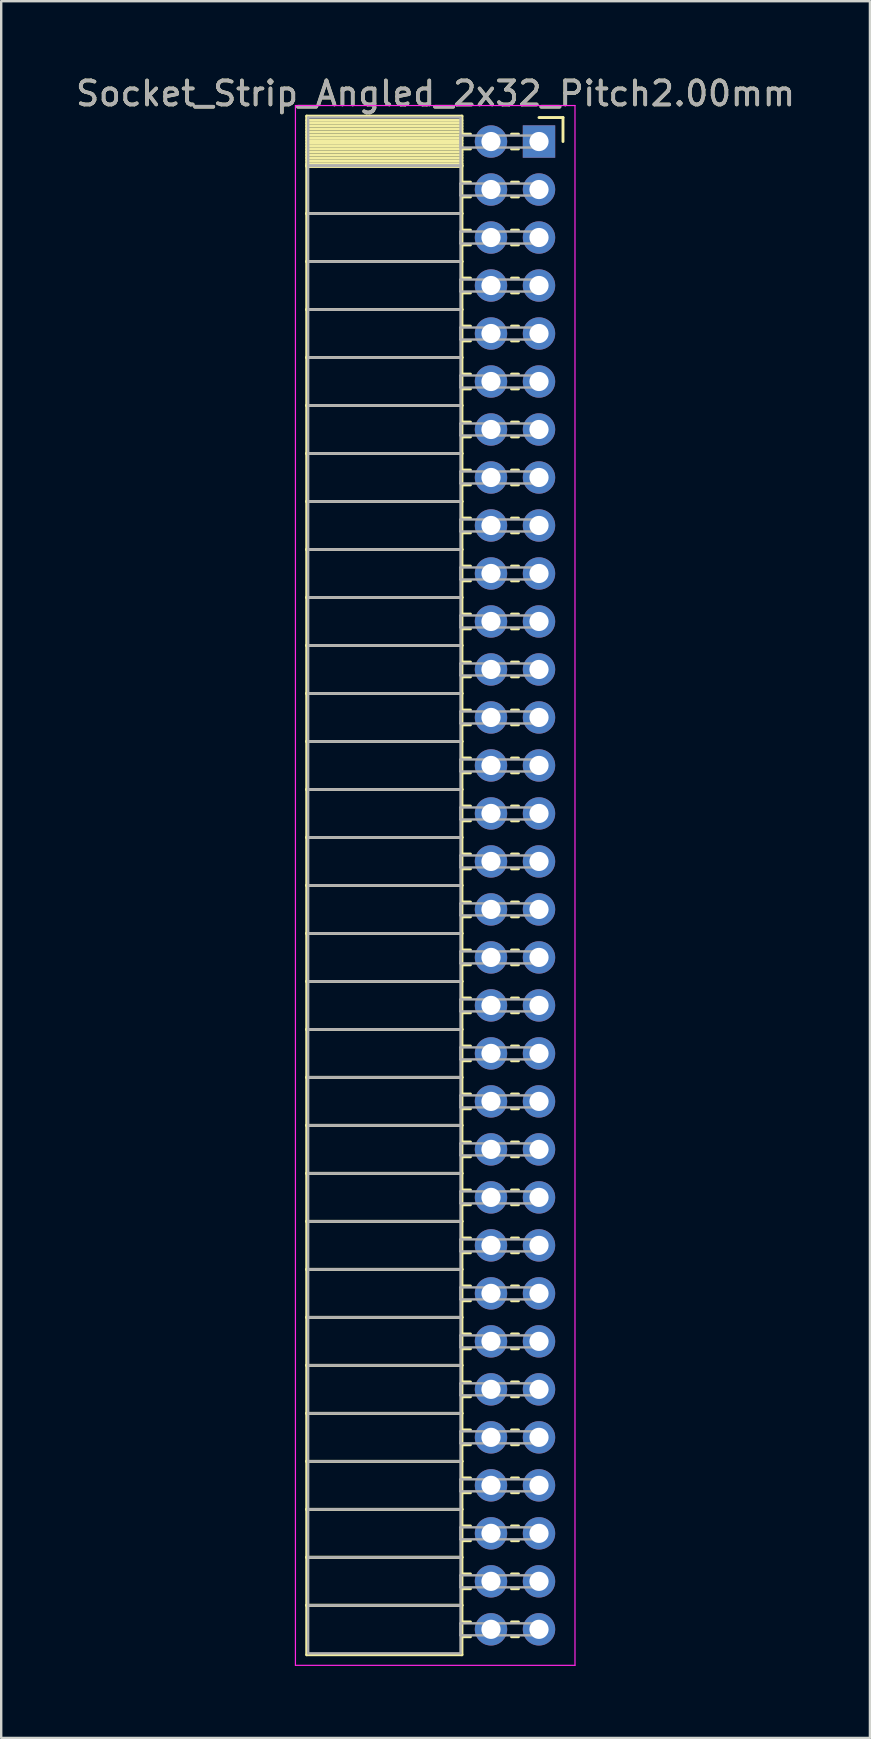
<source format=kicad_pcb>
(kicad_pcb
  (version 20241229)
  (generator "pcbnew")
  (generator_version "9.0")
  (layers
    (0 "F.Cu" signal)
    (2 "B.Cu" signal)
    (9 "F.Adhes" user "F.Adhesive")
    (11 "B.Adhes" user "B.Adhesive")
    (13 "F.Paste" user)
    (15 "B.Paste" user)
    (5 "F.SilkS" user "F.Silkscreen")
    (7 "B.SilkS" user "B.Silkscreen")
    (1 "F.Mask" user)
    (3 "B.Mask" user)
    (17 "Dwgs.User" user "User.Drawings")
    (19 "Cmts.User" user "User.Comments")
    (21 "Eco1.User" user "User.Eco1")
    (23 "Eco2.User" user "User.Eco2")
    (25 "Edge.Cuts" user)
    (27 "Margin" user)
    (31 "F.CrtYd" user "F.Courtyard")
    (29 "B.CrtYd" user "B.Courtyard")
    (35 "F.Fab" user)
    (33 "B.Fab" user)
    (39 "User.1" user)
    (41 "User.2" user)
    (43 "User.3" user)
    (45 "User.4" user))
  (footprint "Socket_Strip_Angled_2x32_Pitch2.00mm"
    (layer "F.Cu")
    (at 19.411 2.848)
    (property "Reference" "Socket_Strip_Angled_2x32_Pitch2.00mm" (at -4.31 -2 0) (layer "F.SilkS") (effects (font (size 1 1) (thickness 0.15))))
    (attr through_hole)
    (fp_line (start -9.68 -1.06) (end -3.21 -1.06) (stroke (width 0.12) (type solid)) (layer "F.SilkS"))
    (fp_line (start -9.68 1) (end -9.68 -1.06) (stroke (width 0.12) (type solid)) (layer "F.SilkS"))
    (fp_line (start -9.68 1) (end -3.21 1) (stroke (width 0.12) (type solid)) (layer "F.SilkS"))
    (fp_line (start -9.68 3) (end -9.68 1) (stroke (width 0.12) (type solid)) (layer "F.SilkS"))
    (fp_line (start -9.68 3) (end -3.21 3) (stroke (width 0.12) (type solid)) (layer "F.SilkS"))
    (fp_line (start -9.68 5) (end -9.68 3) (stroke (width 0.12) (type solid)) (layer "F.SilkS"))
    (fp_line (start -9.68 5) (end -3.21 5) (stroke (width 0.12) (type solid)) (layer "F.SilkS"))
    (fp_line (start -9.68 7) (end -9.68 5) (stroke (width 0.12) (type solid)) (layer "F.SilkS"))
    (fp_line (start -9.68 7) (end -3.21 7) (stroke (width 0.12) (type solid)) (layer "F.SilkS"))
    (fp_line (start -9.68 9) (end -9.68 7) (stroke (width 0.12) (type solid)) (layer "F.SilkS"))
    (fp_line (start -9.68 9) (end -3.21 9) (stroke (width 0.12) (type solid)) (layer "F.SilkS"))
    (fp_line (start -9.68 11) (end -9.68 9) (stroke (width 0.12) (type solid)) (layer "F.SilkS"))
    (fp_line (start -9.68 11) (end -3.21 11) (stroke (width 0.12) (type solid)) (layer "F.SilkS"))
    (fp_line (start -9.68 13) (end -9.68 11) (stroke (width 0.12) (type solid)) (layer "F.SilkS"))
    (fp_line (start -9.68 13) (end -3.21 13) (stroke (width 0.12) (type solid)) (layer "F.SilkS"))
    (fp_line (start -9.68 15) (end -9.68 13) (stroke (width 0.12) (type solid)) (layer "F.SilkS"))
    (fp_line (start -9.68 15) (end -3.21 15) (stroke (width 0.12) (type solid)) (layer "F.SilkS"))
    (fp_line (start -9.68 17) (end -9.68 15) (stroke (width 0.12) (type solid)) (layer "F.SilkS"))
    (fp_line (start -9.68 17) (end -3.21 17) (stroke (width 0.12) (type solid)) (layer "F.SilkS"))
    (fp_line (start -9.68 19) (end -9.68 17) (stroke (width 0.12) (type solid)) (layer "F.SilkS"))
    (fp_line (start -9.68 19) (end -3.21 19) (stroke (width 0.12) (type solid)) (layer "F.SilkS"))
    (fp_line (start -9.68 21) (end -9.68 19) (stroke (width 0.12) (type solid)) (layer "F.SilkS"))
    (fp_line (start -9.68 21) (end -3.21 21) (stroke (width 0.12) (type solid)) (layer "F.SilkS"))
    (fp_line (start -9.68 23) (end -9.68 21) (stroke (width 0.12) (type solid)) (layer "F.SilkS"))
    (fp_line (start -9.68 23) (end -3.21 23) (stroke (width 0.12) (type solid)) (layer "F.SilkS"))
    (fp_line (start -9.68 25) (end -9.68 23) (stroke (width 0.12) (type solid)) (layer "F.SilkS"))
    (fp_line (start -9.68 25) (end -3.21 25) (stroke (width 0.12) (type solid)) (layer "F.SilkS"))
    (fp_line (start -9.68 27) (end -9.68 25) (stroke (width 0.12) (type solid)) (layer "F.SilkS"))
    (fp_line (start -9.68 27) (end -3.21 27) (stroke (width 0.12) (type solid)) (layer "F.SilkS"))
    (fp_line (start -9.68 29) (end -9.68 27) (stroke (width 0.12) (type solid)) (layer "F.SilkS"))
    (fp_line (start -9.68 29) (end -3.21 29) (stroke (width 0.12) (type solid)) (layer "F.SilkS"))
    (fp_line (start -9.68 31) (end -9.68 29) (stroke (width 0.12) (type solid)) (layer "F.SilkS"))
    (fp_line (start -9.68 31) (end -3.21 31) (stroke (width 0.12) (type solid)) (layer "F.SilkS"))
    (fp_line (start -9.68 33) (end -9.68 31) (stroke (width 0.12) (type solid)) (layer "F.SilkS"))
    (fp_line (start -9.68 33) (end -3.21 33) (stroke (width 0.12) (type solid)) (layer "F.SilkS"))
    (fp_line (start -9.68 35) (end -9.68 33) (stroke (width 0.12) (type solid)) (layer "F.SilkS"))
    (fp_line (start -9.68 35) (end -3.21 35) (stroke (width 0.12) (type solid)) (layer "F.SilkS"))
    (fp_line (start -9.68 37) (end -9.68 35) (stroke (width 0.12) (type solid)) (layer "F.SilkS"))
    (fp_line (start -9.68 37) (end -3.21 37) (stroke (width 0.12) (type solid)) (layer "F.SilkS"))
    (fp_line (start -9.68 39) (end -9.68 37) (stroke (width 0.12) (type solid)) (layer "F.SilkS"))
    (fp_line (start -9.68 39) (end -3.21 39) (stroke (width 0.12) (type solid)) (layer "F.SilkS"))
    (fp_line (start -9.68 41) (end -9.68 39) (stroke (width 0.12) (type solid)) (layer "F.SilkS"))
    (fp_line (start -9.68 41) (end -3.21 41) (stroke (width 0.12) (type solid)) (layer "F.SilkS"))
    (fp_line (start -9.68 43) (end -9.68 41) (stroke (width 0.12) (type solid)) (layer "F.SilkS"))
    (fp_line (start -9.68 43) (end -3.21 43) (stroke (width 0.12) (type solid)) (layer "F.SilkS"))
    (fp_line (start -9.68 45) (end -9.68 43) (stroke (width 0.12) (type solid)) (layer "F.SilkS"))
    (fp_line (start -9.68 45) (end -3.21 45) (stroke (width 0.12) (type solid)) (layer "F.SilkS"))
    (fp_line (start -9.68 47) (end -9.68 45) (stroke (width 0.12) (type solid)) (layer "F.SilkS"))
    (fp_line (start -9.68 47) (end -3.21 47) (stroke (width 0.12) (type solid)) (layer "F.SilkS"))
    (fp_line (start -9.68 49) (end -9.68 47) (stroke (width 0.12) (type solid)) (layer "F.SilkS"))
    (fp_line (start -9.68 49) (end -3.21 49) (stroke (width 0.12) (type solid)) (layer "F.SilkS"))
    (fp_line (start -9.68 51) (end -9.68 49) (stroke (width 0.12) (type solid)) (layer "F.SilkS"))
    (fp_line (start -9.68 51) (end -3.21 51) (stroke (width 0.12) (type solid)) (layer "F.SilkS"))
    (fp_line (start -9.68 53) (end -9.68 51) (stroke (width 0.12) (type solid)) (layer "F.SilkS"))
    (fp_line (start -9.68 53) (end -3.21 53) (stroke (width 0.12) (type solid)) (layer "F.SilkS"))
    (fp_line (start -9.68 55) (end -9.68 53) (stroke (width 0.12) (type solid)) (layer "F.SilkS"))
    (fp_line (start -9.68 55) (end -3.21 55) (stroke (width 0.12) (type solid)) (layer "F.SilkS"))
    (fp_line (start -9.68 57) (end -9.68 55) (stroke (width 0.12) (type solid)) (layer "F.SilkS"))
    (fp_line (start -9.68 57) (end -3.21 57) (stroke (width 0.12) (type solid)) (layer "F.SilkS"))
    (fp_line (start -9.68 59) (end -9.68 57) (stroke (width 0.12) (type solid)) (layer "F.SilkS"))
    (fp_line (start -9.68 59) (end -3.21 59) (stroke (width 0.12) (type solid)) (layer "F.SilkS"))
    (fp_line (start -9.68 61) (end -9.68 59) (stroke (width 0.12) (type solid)) (layer "F.SilkS"))
    (fp_line (start -9.68 61) (end -3.21 61) (stroke (width 0.12) (type solid)) (layer "F.SilkS"))
    (fp_line (start -9.68 63.06) (end -9.68 61) (stroke (width 0.12) (type solid)) (layer "F.SilkS"))
    (fp_line (start -3.21 -1.06) (end -3.21 1) (stroke (width 0.12) (type solid)) (layer "F.SilkS"))
    (fp_line (start -3.21 -0.88) (end -9.68 -0.88) (stroke (width 0.12) (type solid)) (layer "F.SilkS"))
    (fp_line (start -3.21 -0.76) (end -9.68 -0.76) (stroke (width 0.12) (type solid)) (layer "F.SilkS"))
    (fp_line (start -3.21 -0.64) (end -9.68 -0.64) (stroke (width 0.12) (type solid)) (layer "F.SilkS"))
    (fp_line (start -3.21 -0.52) (end -9.68 -0.52) (stroke (width 0.12) (type solid)) (layer "F.SilkS"))
    (fp_line (start -3.21 -0.4) (end -9.68 -0.4) (stroke (width 0.12) (type solid)) (layer "F.SilkS"))
    (fp_line (start -3.21 -0.28) (end -9.68 -0.28) (stroke (width 0.12) (type solid)) (layer "F.SilkS"))
    (fp_line (start -3.21 -0.16) (end -9.68 -0.16) (stroke (width 0.12) (type solid)) (layer "F.SilkS"))
    (fp_line (start -3.21 -0.04) (end -9.68 -0.04) (stroke (width 0.12) (type solid)) (layer "F.SilkS"))
    (fp_line (start -3.21 0.08) (end -9.68 0.08) (stroke (width 0.12) (type solid)) (layer "F.SilkS"))
    (fp_line (start -3.21 0.2) (end -9.68 0.2) (stroke (width 0.12) (type solid)) (layer "F.SilkS"))
    (fp_line (start -3.21 0.32) (end -9.68 0.32) (stroke (width 0.12) (type solid)) (layer "F.SilkS"))
    (fp_line (start -3.21 0.44) (end -9.68 0.44) (stroke (width 0.12) (type solid)) (layer "F.SilkS"))
    (fp_line (start -3.21 0.56) (end -9.68 0.56) (stroke (width 0.12) (type solid)) (layer "F.SilkS"))
    (fp_line (start -3.21 0.68) (end -9.68 0.68) (stroke (width 0.12) (type solid)) (layer "F.SilkS"))
    (fp_line (start -3.21 0.8) (end -9.68 0.8) (stroke (width 0.12) (type solid)) (layer "F.SilkS"))
    (fp_line (start -3.21 0.92) (end -9.68 0.92) (stroke (width 0.12) (type solid)) (layer "F.SilkS"))
    (fp_line (start -3.21 1) (end -9.68 1) (stroke (width 0.12) (type solid)) (layer "F.SilkS"))
    (fp_line (start -3.21 1) (end -3.21 3) (stroke (width 0.12) (type solid)) (layer "F.SilkS"))
    (fp_line (start -3.21 1.04) (end -9.68 1.04) (stroke (width 0.12) (type solid)) (layer "F.SilkS"))
    (fp_line (start -3.21 3) (end -9.68 3) (stroke (width 0.12) (type solid)) (layer "F.SilkS"))
    (fp_line (start -3.21 3) (end -3.21 5) (stroke (width 0.12) (type solid)) (layer "F.SilkS"))
    (fp_line (start -3.21 5) (end -9.68 5) (stroke (width 0.12) (type solid)) (layer "F.SilkS"))
    (fp_line (start -3.21 5) (end -3.21 7) (stroke (width 0.12) (type solid)) (layer "F.SilkS"))
    (fp_line (start -3.21 7) (end -9.68 7) (stroke (width 0.12) (type solid)) (layer "F.SilkS"))
    (fp_line (start -3.21 7) (end -3.21 9) (stroke (width 0.12) (type solid)) (layer "F.SilkS"))
    (fp_line (start -3.21 9) (end -9.68 9) (stroke (width 0.12) (type solid)) (layer "F.SilkS"))
    (fp_line (start -3.21 9) (end -3.21 11) (stroke (width 0.12) (type solid)) (layer "F.SilkS"))
    (fp_line (start -3.21 11) (end -9.68 11) (stroke (width 0.12) (type solid)) (layer "F.SilkS"))
    (fp_line (start -3.21 11) (end -3.21 13) (stroke (width 0.12) (type solid)) (layer "F.SilkS"))
    (fp_line (start -3.21 13) (end -9.68 13) (stroke (width 0.12) (type solid)) (layer "F.SilkS"))
    (fp_line (start -3.21 13) (end -3.21 15) (stroke (width 0.12) (type solid)) (layer "F.SilkS"))
    (fp_line (start -3.21 15) (end -9.68 15) (stroke (width 0.12) (type solid)) (layer "F.SilkS"))
    (fp_line (start -3.21 15) (end -3.21 17) (stroke (width 0.12) (type solid)) (layer "F.SilkS"))
    (fp_line (start -3.21 17) (end -9.68 17) (stroke (width 0.12) (type solid)) (layer "F.SilkS"))
    (fp_line (start -3.21 17) (end -3.21 19) (stroke (width 0.12) (type solid)) (layer "F.SilkS"))
    (fp_line (start -3.21 19) (end -9.68 19) (stroke (width 0.12) (type solid)) (layer "F.SilkS"))
    (fp_line (start -3.21 19) (end -3.21 21) (stroke (width 0.12) (type solid)) (layer "F.SilkS"))
    (fp_line (start -3.21 21) (end -9.68 21) (stroke (width 0.12) (type solid)) (layer "F.SilkS"))
    (fp_line (start -3.21 21) (end -3.21 23) (stroke (width 0.12) (type solid)) (layer "F.SilkS"))
    (fp_line (start -3.21 23) (end -9.68 23) (stroke (width 0.12) (type solid)) (layer "F.SilkS"))
    (fp_line (start -3.21 23) (end -3.21 25) (stroke (width 0.12) (type solid)) (layer "F.SilkS"))
    (fp_line (start -3.21 25) (end -9.68 25) (stroke (width 0.12) (type solid)) (layer "F.SilkS"))
    (fp_line (start -3.21 25) (end -3.21 27) (stroke (width 0.12) (type solid)) (layer "F.SilkS"))
    (fp_line (start -3.21 27) (end -9.68 27) (stroke (width 0.12) (type solid)) (layer "F.SilkS"))
    (fp_line (start -3.21 27) (end -3.21 29) (stroke (width 0.12) (type solid)) (layer "F.SilkS"))
    (fp_line (start -3.21 29) (end -9.68 29) (stroke (width 0.12) (type solid)) (layer "F.SilkS"))
    (fp_line (start -3.21 29) (end -3.21 31) (stroke (width 0.12) (type solid)) (layer "F.SilkS"))
    (fp_line (start -3.21 31) (end -9.68 31) (stroke (width 0.12) (type solid)) (layer "F.SilkS"))
    (fp_line (start -3.21 31) (end -3.21 33) (stroke (width 0.12) (type solid)) (layer "F.SilkS"))
    (fp_line (start -3.21 33) (end -9.68 33) (stroke (width 0.12) (type solid)) (layer "F.SilkS"))
    (fp_line (start -3.21 33) (end -3.21 35) (stroke (width 0.12) (type solid)) (layer "F.SilkS"))
    (fp_line (start -3.21 35) (end -9.68 35) (stroke (width 0.12) (type solid)) (layer "F.SilkS"))
    (fp_line (start -3.21 35) (end -3.21 37) (stroke (width 0.12) (type solid)) (layer "F.SilkS"))
    (fp_line (start -3.21 37) (end -9.68 37) (stroke (width 0.12) (type solid)) (layer "F.SilkS"))
    (fp_line (start -3.21 37) (end -3.21 39) (stroke (width 0.12) (type solid)) (layer "F.SilkS"))
    (fp_line (start -3.21 39) (end -9.68 39) (stroke (width 0.12) (type solid)) (layer "F.SilkS"))
    (fp_line (start -3.21 39) (end -3.21 41) (stroke (width 0.12) (type solid)) (layer "F.SilkS"))
    (fp_line (start -3.21 41) (end -9.68 41) (stroke (width 0.12) (type solid)) (layer "F.SilkS"))
    (fp_line (start -3.21 41) (end -3.21 43) (stroke (width 0.12) (type solid)) (layer "F.SilkS"))
    (fp_line (start -3.21 43) (end -9.68 43) (stroke (width 0.12) (type solid)) (layer "F.SilkS"))
    (fp_line (start -3.21 43) (end -3.21 45) (stroke (width 0.12) (type solid)) (layer "F.SilkS"))
    (fp_line (start -3.21 45) (end -9.68 45) (stroke (width 0.12) (type solid)) (layer "F.SilkS"))
    (fp_line (start -3.21 45) (end -3.21 47) (stroke (width 0.12) (type solid)) (layer "F.SilkS"))
    (fp_line (start -3.21 47) (end -9.68 47) (stroke (width 0.12) (type solid)) (layer "F.SilkS"))
    (fp_line (start -3.21 47) (end -3.21 49) (stroke (width 0.12) (type solid)) (layer "F.SilkS"))
    (fp_line (start -3.21 49) (end -9.68 49) (stroke (width 0.12) (type solid)) (layer "F.SilkS"))
    (fp_line (start -3.21 49) (end -3.21 51) (stroke (width 0.12) (type solid)) (layer "F.SilkS"))
    (fp_line (start -3.21 51) (end -9.68 51) (stroke (width 0.12) (type solid)) (layer "F.SilkS"))
    (fp_line (start -3.21 51) (end -3.21 53) (stroke (width 0.12) (type solid)) (layer "F.SilkS"))
    (fp_line (start -3.21 53) (end -9.68 53) (stroke (width 0.12) (type solid)) (layer "F.SilkS"))
    (fp_line (start -3.21 53) (end -3.21 55) (stroke (width 0.12) (type solid)) (layer "F.SilkS"))
    (fp_line (start -3.21 55) (end -9.68 55) (stroke (width 0.12) (type solid)) (layer "F.SilkS"))
    (fp_line (start -3.21 55) (end -3.21 57) (stroke (width 0.12) (type solid)) (layer "F.SilkS"))
    (fp_line (start -3.21 57) (end -9.68 57) (stroke (width 0.12) (type solid)) (layer "F.SilkS"))
    (fp_line (start -3.21 57) (end -3.21 59) (stroke (width 0.12) (type solid)) (layer "F.SilkS"))
    (fp_line (start -3.21 59) (end -9.68 59) (stroke (width 0.12) (type solid)) (layer "F.SilkS"))
    (fp_line (start -3.21 59) (end -3.21 61) (stroke (width 0.12) (type solid)) (layer "F.SilkS"))
    (fp_line (start -3.21 61) (end -9.68 61) (stroke (width 0.12) (type solid)) (layer "F.SilkS"))
    (fp_line (start -3.21 61) (end -3.21 63.06) (stroke (width 0.12) (type solid)) (layer "F.SilkS"))
    (fp_line (start -3.21 63.06) (end -9.68 63.06) (stroke (width 0.12) (type solid)) (layer "F.SilkS"))
    (fp_line (start -2.855 -0.31) (end -3.21 -0.31) (stroke (width 0.12) (type solid)) (layer "F.SilkS"))
    (fp_line (start -2.855 0.31) (end -3.21 0.31) (stroke (width 0.12) (type solid)) (layer "F.SilkS"))
    (fp_line (start -2.855 1.69) (end -3.21 1.69) (stroke (width 0.12) (type solid)) (layer "F.SilkS"))
    (fp_line (start -2.855 2.31) (end -3.21 2.31) (stroke (width 0.12) (type solid)) (layer "F.SilkS"))
    (fp_line (start -2.855 3.69) (end -3.21 3.69) (stroke (width 0.12) (type solid)) (layer "F.SilkS"))
    (fp_line (start -2.855 4.31) (end -3.21 4.31) (stroke (width 0.12) (type solid)) (layer "F.SilkS"))
    (fp_line (start -2.855 5.69) (end -3.21 5.69) (stroke (width 0.12) (type solid)) (layer "F.SilkS"))
    (fp_line (start -2.855 6.31) (end -3.21 6.31) (stroke (width 0.12) (type solid)) (layer "F.SilkS"))
    (fp_line (start -2.855 7.69) (end -3.21 7.69) (stroke (width 0.12) (type solid)) (layer "F.SilkS"))
    (fp_line (start -2.855 8.31) (end -3.21 8.31) (stroke (width 0.12) (type solid)) (layer "F.SilkS"))
    (fp_line (start -2.855 9.69) (end -3.21 9.69) (stroke (width 0.12) (type solid)) (layer "F.SilkS"))
    (fp_line (start -2.855 10.31) (end -3.21 10.31) (stroke (width 0.12) (type solid)) (layer "F.SilkS"))
    (fp_line (start -2.855 11.69) (end -3.21 11.69) (stroke (width 0.12) (type solid)) (layer "F.SilkS"))
    (fp_line (start -2.855 12.31) (end -3.21 12.31) (stroke (width 0.12) (type solid)) (layer "F.SilkS"))
    (fp_line (start -2.855 13.69) (end -3.21 13.69) (stroke (width 0.12) (type solid)) (layer "F.SilkS"))
    (fp_line (start -2.855 14.31) (end -3.21 14.31) (stroke (width 0.12) (type solid)) (layer "F.SilkS"))
    (fp_line (start -2.855 15.69) (end -3.21 15.69) (stroke (width 0.12) (type solid)) (layer "F.SilkS"))
    (fp_line (start -2.855 16.31) (end -3.21 16.31) (stroke (width 0.12) (type solid)) (layer "F.SilkS"))
    (fp_line (start -2.855 17.69) (end -3.21 17.69) (stroke (width 0.12) (type solid)) (layer "F.SilkS"))
    (fp_line (start -2.855 18.31) (end -3.21 18.31) (stroke (width 0.12) (type solid)) (layer "F.SilkS"))
    (fp_line (start -2.855 19.69) (end -3.21 19.69) (stroke (width 0.12) (type solid)) (layer "F.SilkS"))
    (fp_line (start -2.855 20.31) (end -3.21 20.31) (stroke (width 0.12) (type solid)) (layer "F.SilkS"))
    (fp_line (start -2.855 21.69) (end -3.21 21.69) (stroke (width 0.12) (type solid)) (layer "F.SilkS"))
    (fp_line (start -2.855 22.31) (end -3.21 22.31) (stroke (width 0.12) (type solid)) (layer "F.SilkS"))
    (fp_line (start -2.855 23.69) (end -3.21 23.69) (stroke (width 0.12) (type solid)) (layer "F.SilkS"))
    (fp_line (start -2.855 24.31) (end -3.21 24.31) (stroke (width 0.12) (type solid)) (layer "F.SilkS"))
    (fp_line (start -2.855 25.69) (end -3.21 25.69) (stroke (width 0.12) (type solid)) (layer "F.SilkS"))
    (fp_line (start -2.855 26.31) (end -3.21 26.31) (stroke (width 0.12) (type solid)) (layer "F.SilkS"))
    (fp_line (start -2.855 27.69) (end -3.21 27.69) (stroke (width 0.12) (type solid)) (layer "F.SilkS"))
    (fp_line (start -2.855 28.31) (end -3.21 28.31) (stroke (width 0.12) (type solid)) (layer "F.SilkS"))
    (fp_line (start -2.855 29.69) (end -3.21 29.69) (stroke (width 0.12) (type solid)) (layer "F.SilkS"))
    (fp_line (start -2.855 30.31) (end -3.21 30.31) (stroke (width 0.12) (type solid)) (layer "F.SilkS"))
    (fp_line (start -2.855 31.69) (end -3.21 31.69) (stroke (width 0.12) (type solid)) (layer "F.SilkS"))
    (fp_line (start -2.855 32.31) (end -3.21 32.31) (stroke (width 0.12) (type solid)) (layer "F.SilkS"))
    (fp_line (start -2.855 33.69) (end -3.21 33.69) (stroke (width 0.12) (type solid)) (layer "F.SilkS"))
    (fp_line (start -2.855 34.31) (end -3.21 34.31) (stroke (width 0.12) (type solid)) (layer "F.SilkS"))
    (fp_line (start -2.855 35.69) (end -3.21 35.69) (stroke (width 0.12) (type solid)) (layer "F.SilkS"))
    (fp_line (start -2.855 36.31) (end -3.21 36.31) (stroke (width 0.12) (type solid)) (layer "F.SilkS"))
    (fp_line (start -2.855 37.69) (end -3.21 37.69) (stroke (width 0.12) (type solid)) (layer "F.SilkS"))
    (fp_line (start -2.855 38.31) (end -3.21 38.31) (stroke (width 0.12) (type solid)) (layer "F.SilkS"))
    (fp_line (start -2.855 39.69) (end -3.21 39.69) (stroke (width 0.12) (type solid)) (layer "F.SilkS"))
    (fp_line (start -2.855 40.31) (end -3.21 40.31) (stroke (width 0.12) (type solid)) (layer "F.SilkS"))
    (fp_line (start -2.855 41.69) (end -3.21 41.69) (stroke (width 0.12) (type solid)) (layer "F.SilkS"))
    (fp_line (start -2.855 42.31) (end -3.21 42.31) (stroke (width 0.12) (type solid)) (layer "F.SilkS"))
    (fp_line (start -2.855 43.69) (end -3.21 43.69) (stroke (width 0.12) (type solid)) (layer "F.SilkS"))
    (fp_line (start -2.855 44.31) (end -3.21 44.31) (stroke (width 0.12) (type solid)) (layer "F.SilkS"))
    (fp_line (start -2.855 45.69) (end -3.21 45.69) (stroke (width 0.12) (type solid)) (layer "F.SilkS"))
    (fp_line (start -2.855 46.31) (end -3.21 46.31) (stroke (width 0.12) (type solid)) (layer "F.SilkS"))
    (fp_line (start -2.855 47.69) (end -3.21 47.69) (stroke (width 0.12) (type solid)) (layer "F.SilkS"))
    (fp_line (start -2.855 48.31) (end -3.21 48.31) (stroke (width 0.12) (type solid)) (layer "F.SilkS"))
    (fp_line (start -2.855 49.69) (end -3.21 49.69) (stroke (width 0.12) (type solid)) (layer "F.SilkS"))
    (fp_line (start -2.855 50.31) (end -3.21 50.31) (stroke (width 0.12) (type solid)) (layer "F.SilkS"))
    (fp_line (start -2.855 51.69) (end -3.21 51.69) (stroke (width 0.12) (type solid)) (layer "F.SilkS"))
    (fp_line (start -2.855 52.31) (end -3.21 52.31) (stroke (width 0.12) (type solid)) (layer "F.SilkS"))
    (fp_line (start -2.855 53.69) (end -3.21 53.69) (stroke (width 0.12) (type solid)) (layer "F.SilkS"))
    (fp_line (start -2.855 54.31) (end -3.21 54.31) (stroke (width 0.12) (type solid)) (layer "F.SilkS"))
    (fp_line (start -2.855 55.69) (end -3.21 55.69) (stroke (width 0.12) (type solid)) (layer "F.SilkS"))
    (fp_line (start -2.855 56.31) (end -3.21 56.31) (stroke (width 0.12) (type solid)) (layer "F.SilkS"))
    (fp_line (start -2.855 57.69) (end -3.21 57.69) (stroke (width 0.12) (type solid)) (layer "F.SilkS"))
    (fp_line (start -2.855 58.31) (end -3.21 58.31) (stroke (width 0.12) (type solid)) (layer "F.SilkS"))
    (fp_line (start -2.855 59.69) (end -3.21 59.69) (stroke (width 0.12) (type solid)) (layer "F.SilkS"))
    (fp_line (start -2.855 60.31) (end -3.21 60.31) (stroke (width 0.12) (type solid)) (layer "F.SilkS"))
    (fp_line (start -2.855 61.69) (end -3.21 61.69) (stroke (width 0.12) (type solid)) (layer "F.SilkS"))
    (fp_line (start -2.855 62.31) (end -3.21 62.31) (stroke (width 0.12) (type solid)) (layer "F.SilkS"))
    (fp_line (start -0.855 -0.31) (end -1.145 -0.31) (stroke (width 0.12) (type solid)) (layer "F.SilkS"))
    (fp_line (start -0.855 0.31) (end -1.145 0.31) (stroke (width 0.12) (type solid)) (layer "F.SilkS"))
    (fp_line (start -0.855 1.69) (end -1.145 1.69) (stroke (width 0.12) (type solid)) (layer "F.SilkS"))
    (fp_line (start -0.855 2.31) (end -1.145 2.31) (stroke (width 0.12) (type solid)) (layer "F.SilkS"))
    (fp_line (start -0.855 3.69) (end -1.145 3.69) (stroke (width 0.12) (type solid)) (layer "F.SilkS"))
    (fp_line (start -0.855 4.31) (end -1.145 4.31) (stroke (width 0.12) (type solid)) (layer "F.SilkS"))
    (fp_line (start -0.855 5.69) (end -1.145 5.69) (stroke (width 0.12) (type solid)) (layer "F.SilkS"))
    (fp_line (start -0.855 6.31) (end -1.145 6.31) (stroke (width 0.12) (type solid)) (layer "F.SilkS"))
    (fp_line (start -0.855 7.69) (end -1.145 7.69) (stroke (width 0.12) (type solid)) (layer "F.SilkS"))
    (fp_line (start -0.855 8.31) (end -1.145 8.31) (stroke (width 0.12) (type solid)) (layer "F.SilkS"))
    (fp_line (start -0.855 9.69) (end -1.145 9.69) (stroke (width 0.12) (type solid)) (layer "F.SilkS"))
    (fp_line (start -0.855 10.31) (end -1.145 10.31) (stroke (width 0.12) (type solid)) (layer "F.SilkS"))
    (fp_line (start -0.855 11.69) (end -1.145 11.69) (stroke (width 0.12) (type solid)) (layer "F.SilkS"))
    (fp_line (start -0.855 12.31) (end -1.145 12.31) (stroke (width 0.12) (type solid)) (layer "F.SilkS"))
    (fp_line (start -0.855 13.69) (end -1.145 13.69) (stroke (width 0.12) (type solid)) (layer "F.SilkS"))
    (fp_line (start -0.855 14.31) (end -1.145 14.31) (stroke (width 0.12) (type solid)) (layer "F.SilkS"))
    (fp_line (start -0.855 15.69) (end -1.145 15.69) (stroke (width 0.12) (type solid)) (layer "F.SilkS"))
    (fp_line (start -0.855 16.31) (end -1.145 16.31) (stroke (width 0.12) (type solid)) (layer "F.SilkS"))
    (fp_line (start -0.855 17.69) (end -1.145 17.69) (stroke (width 0.12) (type solid)) (layer "F.SilkS"))
    (fp_line (start -0.855 18.31) (end -1.145 18.31) (stroke (width 0.12) (type solid)) (layer "F.SilkS"))
    (fp_line (start -0.855 19.69) (end -1.145 19.69) (stroke (width 0.12) (type solid)) (layer "F.SilkS"))
    (fp_line (start -0.855 20.31) (end -1.145 20.31) (stroke (width 0.12) (type solid)) (layer "F.SilkS"))
    (fp_line (start -0.855 21.69) (end -1.145 21.69) (stroke (width 0.12) (type solid)) (layer "F.SilkS"))
    (fp_line (start -0.855 22.31) (end -1.145 22.31) (stroke (width 0.12) (type solid)) (layer "F.SilkS"))
    (fp_line (start -0.855 23.69) (end -1.145 23.69) (stroke (width 0.12) (type solid)) (layer "F.SilkS"))
    (fp_line (start -0.855 24.31) (end -1.145 24.31) (stroke (width 0.12) (type solid)) (layer "F.SilkS"))
    (fp_line (start -0.855 25.69) (end -1.145 25.69) (stroke (width 0.12) (type solid)) (layer "F.SilkS"))
    (fp_line (start -0.855 26.31) (end -1.145 26.31) (stroke (width 0.12) (type solid)) (layer "F.SilkS"))
    (fp_line (start -0.855 27.69) (end -1.145 27.69) (stroke (width 0.12) (type solid)) (layer "F.SilkS"))
    (fp_line (start -0.855 28.31) (end -1.145 28.31) (stroke (width 0.12) (type solid)) (layer "F.SilkS"))
    (fp_line (start -0.855 29.69) (end -1.145 29.69) (stroke (width 0.12) (type solid)) (layer "F.SilkS"))
    (fp_line (start -0.855 30.31) (end -1.145 30.31) (stroke (width 0.12) (type solid)) (layer "F.SilkS"))
    (fp_line (start -0.855 31.69) (end -1.145 31.69) (stroke (width 0.12) (type solid)) (layer "F.SilkS"))
    (fp_line (start -0.855 32.31) (end -1.145 32.31) (stroke (width 0.12) (type solid)) (layer "F.SilkS"))
    (fp_line (start -0.855 33.69) (end -1.145 33.69) (stroke (width 0.12) (type solid)) (layer "F.SilkS"))
    (fp_line (start -0.855 34.31) (end -1.145 34.31) (stroke (width 0.12) (type solid)) (layer "F.SilkS"))
    (fp_line (start -0.855 35.69) (end -1.145 35.69) (stroke (width 0.12) (type solid)) (layer "F.SilkS"))
    (fp_line (start -0.855 36.31) (end -1.145 36.31) (stroke (width 0.12) (type solid)) (layer "F.SilkS"))
    (fp_line (start -0.855 37.69) (end -1.145 37.69) (stroke (width 0.12) (type solid)) (layer "F.SilkS"))
    (fp_line (start -0.855 38.31) (end -1.145 38.31) (stroke (width 0.12) (type solid)) (layer "F.SilkS"))
    (fp_line (start -0.855 39.69) (end -1.145 39.69) (stroke (width 0.12) (type solid)) (layer "F.SilkS"))
    (fp_line (start -0.855 40.31) (end -1.145 40.31) (stroke (width 0.12) (type solid)) (layer "F.SilkS"))
    (fp_line (start -0.855 41.69) (end -1.145 41.69) (stroke (width 0.12) (type solid)) (layer "F.SilkS"))
    (fp_line (start -0.855 42.31) (end -1.145 42.31) (stroke (width 0.12) (type solid)) (layer "F.SilkS"))
    (fp_line (start -0.855 43.69) (end -1.145 43.69) (stroke (width 0.12) (type solid)) (layer "F.SilkS"))
    (fp_line (start -0.855 44.31) (end -1.145 44.31) (stroke (width 0.12) (type solid)) (layer "F.SilkS"))
    (fp_line (start -0.855 45.69) (end -1.145 45.69) (stroke (width 0.12) (type solid)) (layer "F.SilkS"))
    (fp_line (start -0.855 46.31) (end -1.145 46.31) (stroke (width 0.12) (type solid)) (layer "F.SilkS"))
    (fp_line (start -0.855 47.69) (end -1.145 47.69) (stroke (width 0.12) (type solid)) (layer "F.SilkS"))
    (fp_line (start -0.855 48.31) (end -1.145 48.31) (stroke (width 0.12) (type solid)) (layer "F.SilkS"))
    (fp_line (start -0.855 49.69) (end -1.145 49.69) (stroke (width 0.12) (type solid)) (layer "F.SilkS"))
    (fp_line (start -0.855 50.31) (end -1.145 50.31) (stroke (width 0.12) (type solid)) (layer "F.SilkS"))
    (fp_line (start -0.855 51.69) (end -1.145 51.69) (stroke (width 0.12) (type solid)) (layer "F.SilkS"))
    (fp_line (start -0.855 52.31) (end -1.145 52.31) (stroke (width 0.12) (type solid)) (layer "F.SilkS"))
    (fp_line (start -0.855 53.69) (end -1.145 53.69) (stroke (width 0.12) (type solid)) (layer "F.SilkS"))
    (fp_line (start -0.855 54.31) (end -1.145 54.31) (stroke (width 0.12) (type solid)) (layer "F.SilkS"))
    (fp_line (start -0.855 55.69) (end -1.145 55.69) (stroke (width 0.12) (type solid)) (layer "F.SilkS"))
    (fp_line (start -0.855 56.31) (end -1.145 56.31) (stroke (width 0.12) (type solid)) (layer "F.SilkS"))
    (fp_line (start -0.855 57.69) (end -1.145 57.69) (stroke (width 0.12) (type solid)) (layer "F.SilkS"))
    (fp_line (start -0.855 58.31) (end -1.145 58.31) (stroke (width 0.12) (type solid)) (layer "F.SilkS"))
    (fp_line (start -0.855 59.69) (end -1.145 59.69) (stroke (width 0.12) (type solid)) (layer "F.SilkS"))
    (fp_line (start -0.855 60.31) (end -1.145 60.31) (stroke (width 0.12) (type solid)) (layer "F.SilkS"))
    (fp_line (start -0.855 61.69) (end -1.145 61.69) (stroke (width 0.12) (type solid)) (layer "F.SilkS"))
    (fp_line (start -0.855 62.31) (end -1.145 62.31) (stroke (width 0.12) (type solid)) (layer "F.SilkS"))
    (fp_line (start 0 -1) (end 1 -1) (stroke (width 0.12) (type solid)) (layer "F.SilkS"))
    (fp_line (start 1 -1) (end 1 0) (stroke (width 0.12) (type solid)) (layer "F.SilkS"))
    (fp_line (start -10.15 -1.5) (end 1.5 -1.5) (stroke (width 0.05) (type solid)) (layer "F.CrtYd"))
    (fp_line (start -10.15 63.5) (end -10.15 -1.5) (stroke (width 0.05) (type solid)) (layer "F.CrtYd"))
    (fp_line (start 1.5 -1.5) (end 1.5 63.5) (stroke (width 0.05) (type solid)) (layer "F.CrtYd"))
    (fp_line (start 1.5 63.5) (end -10.15 63.5) (stroke (width 0.05) (type solid)) (layer "F.CrtYd"))
    (fp_line (start -9.62 -1) (end -3.27 -1) (stroke (width 0.1) (type solid)) (layer "F.Fab"))
    (fp_line (start -9.62 1) (end -9.62 -1) (stroke (width 0.1) (type solid)) (layer "F.Fab"))
    (fp_line (start -9.62 1) (end -3.27 1) (stroke (width 0.1) (type solid)) (layer "F.Fab"))
    (fp_line (start -9.62 3) (end -9.62 1) (stroke (width 0.1) (type solid)) (layer "F.Fab"))
    (fp_line (start -9.62 3) (end -3.27 3) (stroke (width 0.1) (type solid)) (layer "F.Fab"))
    (fp_line (start -9.62 5) (end -9.62 3) (stroke (width 0.1) (type solid)) (layer "F.Fab"))
    (fp_line (start -9.62 5) (end -3.27 5) (stroke (width 0.1) (type solid)) (layer "F.Fab"))
    (fp_line (start -9.62 7) (end -9.62 5) (stroke (width 0.1) (type solid)) (layer "F.Fab"))
    (fp_line (start -9.62 7) (end -3.27 7) (stroke (width 0.1) (type solid)) (layer "F.Fab"))
    (fp_line (start -9.62 9) (end -9.62 7) (stroke (width 0.1) (type solid)) (layer "F.Fab"))
    (fp_line (start -9.62 9) (end -3.27 9) (stroke (width 0.1) (type solid)) (layer "F.Fab"))
    (fp_line (start -9.62 11) (end -9.62 9) (stroke (width 0.1) (type solid)) (layer "F.Fab"))
    (fp_line (start -9.62 11) (end -3.27 11) (stroke (width 0.1) (type solid)) (layer "F.Fab"))
    (fp_line (start -9.62 13) (end -9.62 11) (stroke (width 0.1) (type solid)) (layer "F.Fab"))
    (fp_line (start -9.62 13) (end -3.27 13) (stroke (width 0.1) (type solid)) (layer "F.Fab"))
    (fp_line (start -9.62 15) (end -9.62 13) (stroke (width 0.1) (type solid)) (layer "F.Fab"))
    (fp_line (start -9.62 15) (end -3.27 15) (stroke (width 0.1) (type solid)) (layer "F.Fab"))
    (fp_line (start -9.62 17) (end -9.62 15) (stroke (width 0.1) (type solid)) (layer "F.Fab"))
    (fp_line (start -9.62 17) (end -3.27 17) (stroke (width 0.1) (type solid)) (layer "F.Fab"))
    (fp_line (start -9.62 19) (end -9.62 17) (stroke (width 0.1) (type solid)) (layer "F.Fab"))
    (fp_line (start -9.62 19) (end -3.27 19) (stroke (width 0.1) (type solid)) (layer "F.Fab"))
    (fp_line (start -9.62 21) (end -9.62 19) (stroke (width 0.1) (type solid)) (layer "F.Fab"))
    (fp_line (start -9.62 21) (end -3.27 21) (stroke (width 0.1) (type solid)) (layer "F.Fab"))
    (fp_line (start -9.62 23) (end -9.62 21) (stroke (width 0.1) (type solid)) (layer "F.Fab"))
    (fp_line (start -9.62 23) (end -3.27 23) (stroke (width 0.1) (type solid)) (layer "F.Fab"))
    (fp_line (start -9.62 25) (end -9.62 23) (stroke (width 0.1) (type solid)) (layer "F.Fab"))
    (fp_line (start -9.62 25) (end -3.27 25) (stroke (width 0.1) (type solid)) (layer "F.Fab"))
    (fp_line (start -9.62 27) (end -9.62 25) (stroke (width 0.1) (type solid)) (layer "F.Fab"))
    (fp_line (start -9.62 27) (end -3.27 27) (stroke (width 0.1) (type solid)) (layer "F.Fab"))
    (fp_line (start -9.62 29) (end -9.62 27) (stroke (width 0.1) (type solid)) (layer "F.Fab"))
    (fp_line (start -9.62 29) (end -3.27 29) (stroke (width 0.1) (type solid)) (layer "F.Fab"))
    (fp_line (start -9.62 31) (end -9.62 29) (stroke (width 0.1) (type solid)) (layer "F.Fab"))
    (fp_line (start -9.62 31) (end -3.27 31) (stroke (width 0.1) (type solid)) (layer "F.Fab"))
    (fp_line (start -9.62 33) (end -9.62 31) (stroke (width 0.1) (type solid)) (layer "F.Fab"))
    (fp_line (start -9.62 33) (end -3.27 33) (stroke (width 0.1) (type solid)) (layer "F.Fab"))
    (fp_line (start -9.62 35) (end -9.62 33) (stroke (width 0.1) (type solid)) (layer "F.Fab"))
    (fp_line (start -9.62 35) (end -3.27 35) (stroke (width 0.1) (type solid)) (layer "F.Fab"))
    (fp_line (start -9.62 37) (end -9.62 35) (stroke (width 0.1) (type solid)) (layer "F.Fab"))
    (fp_line (start -9.62 37) (end -3.27 37) (stroke (width 0.1) (type solid)) (layer "F.Fab"))
    (fp_line (start -9.62 39) (end -9.62 37) (stroke (width 0.1) (type solid)) (layer "F.Fab"))
    (fp_line (start -9.62 39) (end -3.27 39) (stroke (width 0.1) (type solid)) (layer "F.Fab"))
    (fp_line (start -9.62 41) (end -9.62 39) (stroke (width 0.1) (type solid)) (layer "F.Fab"))
    (fp_line (start -9.62 41) (end -3.27 41) (stroke (width 0.1) (type solid)) (layer "F.Fab"))
    (fp_line (start -9.62 43) (end -9.62 41) (stroke (width 0.1) (type solid)) (layer "F.Fab"))
    (fp_line (start -9.62 43) (end -3.27 43) (stroke (width 0.1) (type solid)) (layer "F.Fab"))
    (fp_line (start -9.62 45) (end -9.62 43) (stroke (width 0.1) (type solid)) (layer "F.Fab"))
    (fp_line (start -9.62 45) (end -3.27 45) (stroke (width 0.1) (type solid)) (layer "F.Fab"))
    (fp_line (start -9.62 47) (end -9.62 45) (stroke (width 0.1) (type solid)) (layer "F.Fab"))
    (fp_line (start -9.62 47) (end -3.27 47) (stroke (width 0.1) (type solid)) (layer "F.Fab"))
    (fp_line (start -9.62 49) (end -9.62 47) (stroke (width 0.1) (type solid)) (layer "F.Fab"))
    (fp_line (start -9.62 49) (end -3.27 49) (stroke (width 0.1) (type solid)) (layer "F.Fab"))
    (fp_line (start -9.62 51) (end -9.62 49) (stroke (width 0.1) (type solid)) (layer "F.Fab"))
    (fp_line (start -9.62 51) (end -3.27 51) (stroke (width 0.1) (type solid)) (layer "F.Fab"))
    (fp_line (start -9.62 53) (end -9.62 51) (stroke (width 0.1) (type solid)) (layer "F.Fab"))
    (fp_line (start -9.62 53) (end -3.27 53) (stroke (width 0.1) (type solid)) (layer "F.Fab"))
    (fp_line (start -9.62 55) (end -9.62 53) (stroke (width 0.1) (type solid)) (layer "F.Fab"))
    (fp_line (start -9.62 55) (end -3.27 55) (stroke (width 0.1) (type solid)) (layer "F.Fab"))
    (fp_line (start -9.62 57) (end -9.62 55) (stroke (width 0.1) (type solid)) (layer "F.Fab"))
    (fp_line (start -9.62 57) (end -3.27 57) (stroke (width 0.1) (type solid)) (layer "F.Fab"))
    (fp_line (start -9.62 59) (end -9.62 57) (stroke (width 0.1) (type solid)) (layer "F.Fab"))
    (fp_line (start -9.62 59) (end -3.27 59) (stroke (width 0.1) (type solid)) (layer "F.Fab"))
    (fp_line (start -9.62 61) (end -9.62 59) (stroke (width 0.1) (type solid)) (layer "F.Fab"))
    (fp_line (start -9.62 61) (end -3.27 61) (stroke (width 0.1) (type solid)) (layer "F.Fab"))
    (fp_line (start -9.62 63) (end -9.62 61) (stroke (width 0.1) (type solid)) (layer "F.Fab"))
    (fp_line (start -3.27 -1) (end -3.27 1) (stroke (width 0.1) (type solid)) (layer "F.Fab"))
    (fp_line (start -3.27 -0.25) (end 0 -0.25) (stroke (width 0.1) (type solid)) (layer "F.Fab"))
    (fp_line (start -3.27 0.25) (end -3.27 -0.25) (stroke (width 0.1) (type solid)) (layer "F.Fab"))
    (fp_line (start -3.27 1) (end -9.62 1) (stroke (width 0.1) (type solid)) (layer "F.Fab"))
    (fp_line (start -3.27 1) (end -3.27 3) (stroke (width 0.1) (type solid)) (layer "F.Fab"))
    (fp_line (start -3.27 1.75) (end 0 1.75) (stroke (width 0.1) (type solid)) (layer "F.Fab"))
    (fp_line (start -3.27 2.25) (end -3.27 1.75) (stroke (width 0.1) (type solid)) (layer "F.Fab"))
    (fp_line (start -3.27 3) (end -9.62 3) (stroke (width 0.1) (type solid)) (layer "F.Fab"))
    (fp_line (start -3.27 3) (end -3.27 5) (stroke (width 0.1) (type solid)) (layer "F.Fab"))
    (fp_line (start -3.27 3.75) (end 0 3.75) (stroke (width 0.1) (type solid)) (layer "F.Fab"))
    (fp_line (start -3.27 4.25) (end -3.27 3.75) (stroke (width 0.1) (type solid)) (layer "F.Fab"))
    (fp_line (start -3.27 5) (end -9.62 5) (stroke (width 0.1) (type solid)) (layer "F.Fab"))
    (fp_line (start -3.27 5) (end -3.27 7) (stroke (width 0.1) (type solid)) (layer "F.Fab"))
    (fp_line (start -3.27 5.75) (end 0 5.75) (stroke (width 0.1) (type solid)) (layer "F.Fab"))
    (fp_line (start -3.27 6.25) (end -3.27 5.75) (stroke (width 0.1) (type solid)) (layer "F.Fab"))
    (fp_line (start -3.27 7) (end -9.62 7) (stroke (width 0.1) (type solid)) (layer "F.Fab"))
    (fp_line (start -3.27 7) (end -3.27 9) (stroke (width 0.1) (type solid)) (layer "F.Fab"))
    (fp_line (start -3.27 7.75) (end 0 7.75) (stroke (width 0.1) (type solid)) (layer "F.Fab"))
    (fp_line (start -3.27 8.25) (end -3.27 7.75) (stroke (width 0.1) (type solid)) (layer "F.Fab"))
    (fp_line (start -3.27 9) (end -9.62 9) (stroke (width 0.1) (type solid)) (layer "F.Fab"))
    (fp_line (start -3.27 9) (end -3.27 11) (stroke (width 0.1) (type solid)) (layer "F.Fab"))
    (fp_line (start -3.27 9.75) (end 0 9.75) (stroke (width 0.1) (type solid)) (layer "F.Fab"))
    (fp_line (start -3.27 10.25) (end -3.27 9.75) (stroke (width 0.1) (type solid)) (layer "F.Fab"))
    (fp_line (start -3.27 11) (end -9.62 11) (stroke (width 0.1) (type solid)) (layer "F.Fab"))
    (fp_line (start -3.27 11) (end -3.27 13) (stroke (width 0.1) (type solid)) (layer "F.Fab"))
    (fp_line (start -3.27 11.75) (end 0 11.75) (stroke (width 0.1) (type solid)) (layer "F.Fab"))
    (fp_line (start -3.27 12.25) (end -3.27 11.75) (stroke (width 0.1) (type solid)) (layer "F.Fab"))
    (fp_line (start -3.27 13) (end -9.62 13) (stroke (width 0.1) (type solid)) (layer "F.Fab"))
    (fp_line (start -3.27 13) (end -3.27 15) (stroke (width 0.1) (type solid)) (layer "F.Fab"))
    (fp_line (start -3.27 13.75) (end 0 13.75) (stroke (width 0.1) (type solid)) (layer "F.Fab"))
    (fp_line (start -3.27 14.25) (end -3.27 13.75) (stroke (width 0.1) (type solid)) (layer "F.Fab"))
    (fp_line (start -3.27 15) (end -9.62 15) (stroke (width 0.1) (type solid)) (layer "F.Fab"))
    (fp_line (start -3.27 15) (end -3.27 17) (stroke (width 0.1) (type solid)) (layer "F.Fab"))
    (fp_line (start -3.27 15.75) (end 0 15.75) (stroke (width 0.1) (type solid)) (layer "F.Fab"))
    (fp_line (start -3.27 16.25) (end -3.27 15.75) (stroke (width 0.1) (type solid)) (layer "F.Fab"))
    (fp_line (start -3.27 17) (end -9.62 17) (stroke (width 0.1) (type solid)) (layer "F.Fab"))
    (fp_line (start -3.27 17) (end -3.27 19) (stroke (width 0.1) (type solid)) (layer "F.Fab"))
    (fp_line (start -3.27 17.75) (end 0 17.75) (stroke (width 0.1) (type solid)) (layer "F.Fab"))
    (fp_line (start -3.27 18.25) (end -3.27 17.75) (stroke (width 0.1) (type solid)) (layer "F.Fab"))
    (fp_line (start -3.27 19) (end -9.62 19) (stroke (width 0.1) (type solid)) (layer "F.Fab"))
    (fp_line (start -3.27 19) (end -3.27 21) (stroke (width 0.1) (type solid)) (layer "F.Fab"))
    (fp_line (start -3.27 19.75) (end 0 19.75) (stroke (width 0.1) (type solid)) (layer "F.Fab"))
    (fp_line (start -3.27 20.25) (end -3.27 19.75) (stroke (width 0.1) (type solid)) (layer "F.Fab"))
    (fp_line (start -3.27 21) (end -9.62 21) (stroke (width 0.1) (type solid)) (layer "F.Fab"))
    (fp_line (start -3.27 21) (end -3.27 23) (stroke (width 0.1) (type solid)) (layer "F.Fab"))
    (fp_line (start -3.27 21.75) (end 0 21.75) (stroke (width 0.1) (type solid)) (layer "F.Fab"))
    (fp_line (start -3.27 22.25) (end -3.27 21.75) (stroke (width 0.1) (type solid)) (layer "F.Fab"))
    (fp_line (start -3.27 23) (end -9.62 23) (stroke (width 0.1) (type solid)) (layer "F.Fab"))
    (fp_line (start -3.27 23) (end -3.27 25) (stroke (width 0.1) (type solid)) (layer "F.Fab"))
    (fp_line (start -3.27 23.75) (end 0 23.75) (stroke (width 0.1) (type solid)) (layer "F.Fab"))
    (fp_line (start -3.27 24.25) (end -3.27 23.75) (stroke (width 0.1) (type solid)) (layer "F.Fab"))
    (fp_line (start -3.27 25) (end -9.62 25) (stroke (width 0.1) (type solid)) (layer "F.Fab"))
    (fp_line (start -3.27 25) (end -3.27 27) (stroke (width 0.1) (type solid)) (layer "F.Fab"))
    (fp_line (start -3.27 25.75) (end 0 25.75) (stroke (width 0.1) (type solid)) (layer "F.Fab"))
    (fp_line (start -3.27 26.25) (end -3.27 25.75) (stroke (width 0.1) (type solid)) (layer "F.Fab"))
    (fp_line (start -3.27 27) (end -9.62 27) (stroke (width 0.1) (type solid)) (layer "F.Fab"))
    (fp_line (start -3.27 27) (end -3.27 29) (stroke (width 0.1) (type solid)) (layer "F.Fab"))
    (fp_line (start -3.27 27.75) (end 0 27.75) (stroke (width 0.1) (type solid)) (layer "F.Fab"))
    (fp_line (start -3.27 28.25) (end -3.27 27.75) (stroke (width 0.1) (type solid)) (layer "F.Fab"))
    (fp_line (start -3.27 29) (end -9.62 29) (stroke (width 0.1) (type solid)) (layer "F.Fab"))
    (fp_line (start -3.27 29) (end -3.27 31) (stroke (width 0.1) (type solid)) (layer "F.Fab"))
    (fp_line (start -3.27 29.75) (end 0 29.75) (stroke (width 0.1) (type solid)) (layer "F.Fab"))
    (fp_line (start -3.27 30.25) (end -3.27 29.75) (stroke (width 0.1) (type solid)) (layer "F.Fab"))
    (fp_line (start -3.27 31) (end -9.62 31) (stroke (width 0.1) (type solid)) (layer "F.Fab"))
    (fp_line (start -3.27 31) (end -3.27 33) (stroke (width 0.1) (type solid)) (layer "F.Fab"))
    (fp_line (start -3.27 31.75) (end 0 31.75) (stroke (width 0.1) (type solid)) (layer "F.Fab"))
    (fp_line (start -3.27 32.25) (end -3.27 31.75) (stroke (width 0.1) (type solid)) (layer "F.Fab"))
    (fp_line (start -3.27 33) (end -9.62 33) (stroke (width 0.1) (type solid)) (layer "F.Fab"))
    (fp_line (start -3.27 33) (end -3.27 35) (stroke (width 0.1) (type solid)) (layer "F.Fab"))
    (fp_line (start -3.27 33.75) (end 0 33.75) (stroke (width 0.1) (type solid)) (layer "F.Fab"))
    (fp_line (start -3.27 34.25) (end -3.27 33.75) (stroke (width 0.1) (type solid)) (layer "F.Fab"))
    (fp_line (start -3.27 35) (end -9.62 35) (stroke (width 0.1) (type solid)) (layer "F.Fab"))
    (fp_line (start -3.27 35) (end -3.27 37) (stroke (width 0.1) (type solid)) (layer "F.Fab"))
    (fp_line (start -3.27 35.75) (end 0 35.75) (stroke (width 0.1) (type solid)) (layer "F.Fab"))
    (fp_line (start -3.27 36.25) (end -3.27 35.75) (stroke (width 0.1) (type solid)) (layer "F.Fab"))
    (fp_line (start -3.27 37) (end -9.62 37) (stroke (width 0.1) (type solid)) (layer "F.Fab"))
    (fp_line (start -3.27 37) (end -3.27 39) (stroke (width 0.1) (type solid)) (layer "F.Fab"))
    (fp_line (start -3.27 37.75) (end 0 37.75) (stroke (width 0.1) (type solid)) (layer "F.Fab"))
    (fp_line (start -3.27 38.25) (end -3.27 37.75) (stroke (width 0.1) (type solid)) (layer "F.Fab"))
    (fp_line (start -3.27 39) (end -9.62 39) (stroke (width 0.1) (type solid)) (layer "F.Fab"))
    (fp_line (start -3.27 39) (end -3.27 41) (stroke (width 0.1) (type solid)) (layer "F.Fab"))
    (fp_line (start -3.27 39.75) (end 0 39.75) (stroke (width 0.1) (type solid)) (layer "F.Fab"))
    (fp_line (start -3.27 40.25) (end -3.27 39.75) (stroke (width 0.1) (type solid)) (layer "F.Fab"))
    (fp_line (start -3.27 41) (end -9.62 41) (stroke (width 0.1) (type solid)) (layer "F.Fab"))
    (fp_line (start -3.27 41) (end -3.27 43) (stroke (width 0.1) (type solid)) (layer "F.Fab"))
    (fp_line (start -3.27 41.75) (end 0 41.75) (stroke (width 0.1) (type solid)) (layer "F.Fab"))
    (fp_line (start -3.27 42.25) (end -3.27 41.75) (stroke (width 0.1) (type solid)) (layer "F.Fab"))
    (fp_line (start -3.27 43) (end -9.62 43) (stroke (width 0.1) (type solid)) (layer "F.Fab"))
    (fp_line (start -3.27 43) (end -3.27 45) (stroke (width 0.1) (type solid)) (layer "F.Fab"))
    (fp_line (start -3.27 43.75) (end 0 43.75) (stroke (width 0.1) (type solid)) (layer "F.Fab"))
    (fp_line (start -3.27 44.25) (end -3.27 43.75) (stroke (width 0.1) (type solid)) (layer "F.Fab"))
    (fp_line (start -3.27 45) (end -9.62 45) (stroke (width 0.1) (type solid)) (layer "F.Fab"))
    (fp_line (start -3.27 45) (end -3.27 47) (stroke (width 0.1) (type solid)) (layer "F.Fab"))
    (fp_line (start -3.27 45.75) (end 0 45.75) (stroke (width 0.1) (type solid)) (layer "F.Fab"))
    (fp_line (start -3.27 46.25) (end -3.27 45.75) (stroke (width 0.1) (type solid)) (layer "F.Fab"))
    (fp_line (start -3.27 47) (end -9.62 47) (stroke (width 0.1) (type solid)) (layer "F.Fab"))
    (fp_line (start -3.27 47) (end -3.27 49) (stroke (width 0.1) (type solid)) (layer "F.Fab"))
    (fp_line (start -3.27 47.75) (end 0 47.75) (stroke (width 0.1) (type solid)) (layer "F.Fab"))
    (fp_line (start -3.27 48.25) (end -3.27 47.75) (stroke (width 0.1) (type solid)) (layer "F.Fab"))
    (fp_line (start -3.27 49) (end -9.62 49) (stroke (width 0.1) (type solid)) (layer "F.Fab"))
    (fp_line (start -3.27 49) (end -3.27 51) (stroke (width 0.1) (type solid)) (layer "F.Fab"))
    (fp_line (start -3.27 49.75) (end 0 49.75) (stroke (width 0.1) (type solid)) (layer "F.Fab"))
    (fp_line (start -3.27 50.25) (end -3.27 49.75) (stroke (width 0.1) (type solid)) (layer "F.Fab"))
    (fp_line (start -3.27 51) (end -9.62 51) (stroke (width 0.1) (type solid)) (layer "F.Fab"))
    (fp_line (start -3.27 51) (end -3.27 53) (stroke (width 0.1) (type solid)) (layer "F.Fab"))
    (fp_line (start -3.27 51.75) (end 0 51.75) (stroke (width 0.1) (type solid)) (layer "F.Fab"))
    (fp_line (start -3.27 52.25) (end -3.27 51.75) (stroke (width 0.1) (type solid)) (layer "F.Fab"))
    (fp_line (start -3.27 53) (end -9.62 53) (stroke (width 0.1) (type solid)) (layer "F.Fab"))
    (fp_line (start -3.27 53) (end -3.27 55) (stroke (width 0.1) (type solid)) (layer "F.Fab"))
    (fp_line (start -3.27 53.75) (end 0 53.75) (stroke (width 0.1) (type solid)) (layer "F.Fab"))
    (fp_line (start -3.27 54.25) (end -3.27 53.75) (stroke (width 0.1) (type solid)) (layer "F.Fab"))
    (fp_line (start -3.27 55) (end -9.62 55) (stroke (width 0.1) (type solid)) (layer "F.Fab"))
    (fp_line (start -3.27 55) (end -3.27 57) (stroke (width 0.1) (type solid)) (layer "F.Fab"))
    (fp_line (start -3.27 55.75) (end 0 55.75) (stroke (width 0.1) (type solid)) (layer "F.Fab"))
    (fp_line (start -3.27 56.25) (end -3.27 55.75) (stroke (width 0.1) (type solid)) (layer "F.Fab"))
    (fp_line (start -3.27 57) (end -9.62 57) (stroke (width 0.1) (type solid)) (layer "F.Fab"))
    (fp_line (start -3.27 57) (end -3.27 59) (stroke (width 0.1) (type solid)) (layer "F.Fab"))
    (fp_line (start -3.27 57.75) (end 0 57.75) (stroke (width 0.1) (type solid)) (layer "F.Fab"))
    (fp_line (start -3.27 58.25) (end -3.27 57.75) (stroke (width 0.1) (type solid)) (layer "F.Fab"))
    (fp_line (start -3.27 59) (end -9.62 59) (stroke (width 0.1) (type solid)) (layer "F.Fab"))
    (fp_line (start -3.27 59) (end -3.27 61) (stroke (width 0.1) (type solid)) (layer "F.Fab"))
    (fp_line (start -3.27 59.75) (end 0 59.75) (stroke (width 0.1) (type solid)) (layer "F.Fab"))
    (fp_line (start -3.27 60.25) (end -3.27 59.75) (stroke (width 0.1) (type solid)) (layer "F.Fab"))
    (fp_line (start -3.27 61) (end -9.62 61) (stroke (width 0.1) (type solid)) (layer "F.Fab"))
    (fp_line (start -3.27 61) (end -3.27 63) (stroke (width 0.1) (type solid)) (layer "F.Fab"))
    (fp_line (start -3.27 61.75) (end 0 61.75) (stroke (width 0.1) (type solid)) (layer "F.Fab"))
    (fp_line (start -3.27 62.25) (end -3.27 61.75) (stroke (width 0.1) (type solid)) (layer "F.Fab"))
    (fp_line (start -3.27 63) (end -9.62 63) (stroke (width 0.1) (type solid)) (layer "F.Fab"))
    (fp_line (start 0 -0.25) (end 0 0.25) (stroke (width 0.1) (type solid)) (layer "F.Fab"))
    (fp_line (start 0 0.25) (end -3.27 0.25) (stroke (width 0.1) (type solid)) (layer "F.Fab"))
    (fp_line (start 0 1.75) (end 0 2.25) (stroke (width 0.1) (type solid)) (layer "F.Fab"))
    (fp_line (start 0 2.25) (end -3.27 2.25) (stroke (width 0.1) (type solid)) (layer "F.Fab"))
    (fp_line (start 0 3.75) (end 0 4.25) (stroke (width 0.1) (type solid)) (layer "F.Fab"))
    (fp_line (start 0 4.25) (end -3.27 4.25) (stroke (width 0.1) (type solid)) (layer "F.Fab"))
    (fp_line (start 0 5.75) (end 0 6.25) (stroke (width 0.1) (type solid)) (layer "F.Fab"))
    (fp_line (start 0 6.25) (end -3.27 6.25) (stroke (width 0.1) (type solid)) (layer "F.Fab"))
    (fp_line (start 0 7.75) (end 0 8.25) (stroke (width 0.1) (type solid)) (layer "F.Fab"))
    (fp_line (start 0 8.25) (end -3.27 8.25) (stroke (width 0.1) (type solid)) (layer "F.Fab"))
    (fp_line (start 0 9.75) (end 0 10.25) (stroke (width 0.1) (type solid)) (layer "F.Fab"))
    (fp_line (start 0 10.25) (end -3.27 10.25) (stroke (width 0.1) (type solid)) (layer "F.Fab"))
    (fp_line (start 0 11.75) (end 0 12.25) (stroke (width 0.1) (type solid)) (layer "F.Fab"))
    (fp_line (start 0 12.25) (end -3.27 12.25) (stroke (width 0.1) (type solid)) (layer "F.Fab"))
    (fp_line (start 0 13.75) (end 0 14.25) (stroke (width 0.1) (type solid)) (layer "F.Fab"))
    (fp_line (start 0 14.25) (end -3.27 14.25) (stroke (width 0.1) (type solid)) (layer "F.Fab"))
    (fp_line (start 0 15.75) (end 0 16.25) (stroke (width 0.1) (type solid)) (layer "F.Fab"))
    (fp_line (start 0 16.25) (end -3.27 16.25) (stroke (width 0.1) (type solid)) (layer "F.Fab"))
    (fp_line (start 0 17.75) (end 0 18.25) (stroke (width 0.1) (type solid)) (layer "F.Fab"))
    (fp_line (start 0 18.25) (end -3.27 18.25) (stroke (width 0.1) (type solid)) (layer "F.Fab"))
    (fp_line (start 0 19.75) (end 0 20.25) (stroke (width 0.1) (type solid)) (layer "F.Fab"))
    (fp_line (start 0 20.25) (end -3.27 20.25) (stroke (width 0.1) (type solid)) (layer "F.Fab"))
    (fp_line (start 0 21.75) (end 0 22.25) (stroke (width 0.1) (type solid)) (layer "F.Fab"))
    (fp_line (start 0 22.25) (end -3.27 22.25) (stroke (width 0.1) (type solid)) (layer "F.Fab"))
    (fp_line (start 0 23.75) (end 0 24.25) (stroke (width 0.1) (type solid)) (layer "F.Fab"))
    (fp_line (start 0 24.25) (end -3.27 24.25) (stroke (width 0.1) (type solid)) (layer "F.Fab"))
    (fp_line (start 0 25.75) (end 0 26.25) (stroke (width 0.1) (type solid)) (layer "F.Fab"))
    (fp_line (start 0 26.25) (end -3.27 26.25) (stroke (width 0.1) (type solid)) (layer "F.Fab"))
    (fp_line (start 0 27.75) (end 0 28.25) (stroke (width 0.1) (type solid)) (layer "F.Fab"))
    (fp_line (start 0 28.25) (end -3.27 28.25) (stroke (width 0.1) (type solid)) (layer "F.Fab"))
    (fp_line (start 0 29.75) (end 0 30.25) (stroke (width 0.1) (type solid)) (layer "F.Fab"))
    (fp_line (start 0 30.25) (end -3.27 30.25) (stroke (width 0.1) (type solid)) (layer "F.Fab"))
    (fp_line (start 0 31.75) (end 0 32.25) (stroke (width 0.1) (type solid)) (layer "F.Fab"))
    (fp_line (start 0 32.25) (end -3.27 32.25) (stroke (width 0.1) (type solid)) (layer "F.Fab"))
    (fp_line (start 0 33.75) (end 0 34.25) (stroke (width 0.1) (type solid)) (layer "F.Fab"))
    (fp_line (start 0 34.25) (end -3.27 34.25) (stroke (width 0.1) (type solid)) (layer "F.Fab"))
    (fp_line (start 0 35.75) (end 0 36.25) (stroke (width 0.1) (type solid)) (layer "F.Fab"))
    (fp_line (start 0 36.25) (end -3.27 36.25) (stroke (width 0.1) (type solid)) (layer "F.Fab"))
    (fp_line (start 0 37.75) (end 0 38.25) (stroke (width 0.1) (type solid)) (layer "F.Fab"))
    (fp_line (start 0 38.25) (end -3.27 38.25) (stroke (width 0.1) (type solid)) (layer "F.Fab"))
    (fp_line (start 0 39.75) (end 0 40.25) (stroke (width 0.1) (type solid)) (layer "F.Fab"))
    (fp_line (start 0 40.25) (end -3.27 40.25) (stroke (width 0.1) (type solid)) (layer "F.Fab"))
    (fp_line (start 0 41.75) (end 0 42.25) (stroke (width 0.1) (type solid)) (layer "F.Fab"))
    (fp_line (start 0 42.25) (end -3.27 42.25) (stroke (width 0.1) (type solid)) (layer "F.Fab"))
    (fp_line (start 0 43.75) (end 0 44.25) (stroke (width 0.1) (type solid)) (layer "F.Fab"))
    (fp_line (start 0 44.25) (end -3.27 44.25) (stroke (width 0.1) (type solid)) (layer "F.Fab"))
    (fp_line (start 0 45.75) (end 0 46.25) (stroke (width 0.1) (type solid)) (layer "F.Fab"))
    (fp_line (start 0 46.25) (end -3.27 46.25) (stroke (width 0.1) (type solid)) (layer "F.Fab"))
    (fp_line (start 0 47.75) (end 0 48.25) (stroke (width 0.1) (type solid)) (layer "F.Fab"))
    (fp_line (start 0 48.25) (end -3.27 48.25) (stroke (width 0.1) (type solid)) (layer "F.Fab"))
    (fp_line (start 0 49.75) (end 0 50.25) (stroke (width 0.1) (type solid)) (layer "F.Fab"))
    (fp_line (start 0 50.25) (end -3.27 50.25) (stroke (width 0.1) (type solid)) (layer "F.Fab"))
    (fp_line (start 0 51.75) (end 0 52.25) (stroke (width 0.1) (type solid)) (layer "F.Fab"))
    (fp_line (start 0 52.25) (end -3.27 52.25) (stroke (width 0.1) (type solid)) (layer "F.Fab"))
    (fp_line (start 0 53.75) (end 0 54.25) (stroke (width 0.1) (type solid)) (layer "F.Fab"))
    (fp_line (start 0 54.25) (end -3.27 54.25) (stroke (width 0.1) (type solid)) (layer "F.Fab"))
    (fp_line (start 0 55.75) (end 0 56.25) (stroke (width 0.1) (type solid)) (layer "F.Fab"))
    (fp_line (start 0 56.25) (end -3.27 56.25) (stroke (width 0.1) (type solid)) (layer "F.Fab"))
    (fp_line (start 0 57.75) (end 0 58.25) (stroke (width 0.1) (type solid)) (layer "F.Fab"))
    (fp_line (start 0 58.25) (end -3.27 58.25) (stroke (width 0.1) (type solid)) (layer "F.Fab"))
    (fp_line (start 0 59.75) (end 0 60.25) (stroke (width 0.1) (type solid)) (layer "F.Fab"))
    (fp_line (start 0 60.25) (end -3.27 60.25) (stroke (width 0.1) (type solid)) (layer "F.Fab"))
    (fp_line (start 0 61.75) (end 0 62.25) (stroke (width 0.1) (type solid)) (layer "F.Fab"))
    (fp_line (start 0 62.25) (end -3.27 62.25) (stroke (width 0.1) (type solid)) (layer "F.Fab"))
    (fp_text user "${REFERENCE}" (at -4.31 -2 0) (layer "F.Fab") (effects (font (size 1 1) (thickness 0.15))))
    (pad "1" thru_hole rect (at 0 0) (size 1.35 1.35) (drill 0.8) (layers "*.Cu" "*.Mask"))
    (pad "2" thru_hole oval (at -2 0) (size 1.35 1.35) (drill 0.8) (layers "*.Cu" "*.Mask"))
    (pad "3" thru_hole oval (at 0 2) (size 1.35 1.35) (drill 0.8) (layers "*.Cu" "*.Mask"))
    (pad "4" thru_hole oval (at -2 2) (size 1.35 1.35) (drill 0.8) (layers "*.Cu" "*.Mask"))
    (pad "5" thru_hole oval (at 0 4) (size 1.35 1.35) (drill 0.8) (layers "*.Cu" "*.Mask"))
    (pad "6" thru_hole oval (at -2 4) (size 1.35 1.35) (drill 0.8) (layers "*.Cu" "*.Mask"))
    (pad "7" thru_hole oval (at 0 6) (size 1.35 1.35) (drill 0.8) (layers "*.Cu" "*.Mask"))
    (pad "8" thru_hole oval (at -2 6) (size 1.35 1.35) (drill 0.8) (layers "*.Cu" "*.Mask"))
    (pad "9" thru_hole oval (at 0 8) (size 1.35 1.35) (drill 0.8) (layers "*.Cu" "*.Mask"))
    (pad "10" thru_hole oval (at -2 8) (size 1.35 1.35) (drill 0.8) (layers "*.Cu" "*.Mask"))
    (pad "11" thru_hole oval (at 0 10) (size 1.35 1.35) (drill 0.8) (layers "*.Cu" "*.Mask"))
    (pad "12" thru_hole oval (at -2 10) (size 1.35 1.35) (drill 0.8) (layers "*.Cu" "*.Mask"))
    (pad "13" thru_hole oval (at 0 12) (size 1.35 1.35) (drill 0.8) (layers "*.Cu" "*.Mask"))
    (pad "14" thru_hole oval (at -2 12) (size 1.35 1.35) (drill 0.8) (layers "*.Cu" "*.Mask"))
    (pad "15" thru_hole oval (at 0 14) (size 1.35 1.35) (drill 0.8) (layers "*.Cu" "*.Mask"))
    (pad "16" thru_hole oval (at -2 14) (size 1.35 1.35) (drill 0.8) (layers "*.Cu" "*.Mask"))
    (pad "17" thru_hole oval (at 0 16) (size 1.35 1.35) (drill 0.8) (layers "*.Cu" "*.Mask"))
    (pad "18" thru_hole oval (at -2 16) (size 1.35 1.35) (drill 0.8) (layers "*.Cu" "*.Mask"))
    (pad "19" thru_hole oval (at 0 18) (size 1.35 1.35) (drill 0.8) (layers "*.Cu" "*.Mask"))
    (pad "20" thru_hole oval (at -2 18) (size 1.35 1.35) (drill 0.8) (layers "*.Cu" "*.Mask"))
    (pad "21" thru_hole oval (at 0 20) (size 1.35 1.35) (drill 0.8) (layers "*.Cu" "*.Mask"))
    (pad "22" thru_hole oval (at -2 20) (size 1.35 1.35) (drill 0.8) (layers "*.Cu" "*.Mask"))
    (pad "23" thru_hole oval (at 0 22) (size 1.35 1.35) (drill 0.8) (layers "*.Cu" "*.Mask"))
    (pad "24" thru_hole oval (at -2 22) (size 1.35 1.35) (drill 0.8) (layers "*.Cu" "*.Mask"))
    (pad "25" thru_hole oval (at 0 24) (size 1.35 1.35) (drill 0.8) (layers "*.Cu" "*.Mask"))
    (pad "26" thru_hole oval (at -2 24) (size 1.35 1.35) (drill 0.8) (layers "*.Cu" "*.Mask"))
    (pad "27" thru_hole oval (at 0 26) (size 1.35 1.35) (drill 0.8) (layers "*.Cu" "*.Mask"))
    (pad "28" thru_hole oval (at -2 26) (size 1.35 1.35) (drill 0.8) (layers "*.Cu" "*.Mask"))
    (pad "29" thru_hole oval (at 0 28) (size 1.35 1.35) (drill 0.8) (layers "*.Cu" "*.Mask"))
    (pad "30" thru_hole oval (at -2 28) (size 1.35 1.35) (drill 0.8) (layers "*.Cu" "*.Mask"))
    (pad "31" thru_hole oval (at 0 30) (size 1.35 1.35) (drill 0.8) (layers "*.Cu" "*.Mask"))
    (pad "32" thru_hole oval (at -2 30) (size 1.35 1.35) (drill 0.8) (layers "*.Cu" "*.Mask"))
    (pad "33" thru_hole oval (at 0 32) (size 1.35 1.35) (drill 0.8) (layers "*.Cu" "*.Mask"))
    (pad "34" thru_hole oval (at -2 32) (size 1.35 1.35) (drill 0.8) (layers "*.Cu" "*.Mask"))
    (pad "35" thru_hole oval (at 0 34) (size 1.35 1.35) (drill 0.8) (layers "*.Cu" "*.Mask"))
    (pad "36" thru_hole oval (at -2 34) (size 1.35 1.35) (drill 0.8) (layers "*.Cu" "*.Mask"))
    (pad "37" thru_hole oval (at 0 36) (size 1.35 1.35) (drill 0.8) (layers "*.Cu" "*.Mask"))
    (pad "38" thru_hole oval (at -2 36) (size 1.35 1.35) (drill 0.8) (layers "*.Cu" "*.Mask"))
    (pad "39" thru_hole oval (at 0 38) (size 1.35 1.35) (drill 0.8) (layers "*.Cu" "*.Mask"))
    (pad "40" thru_hole oval (at -2 38) (size 1.35 1.35) (drill 0.8) (layers "*.Cu" "*.Mask"))
    (pad "41" thru_hole oval (at 0 40) (size 1.35 1.35) (drill 0.8) (layers "*.Cu" "*.Mask"))
    (pad "42" thru_hole oval (at -2 40) (size 1.35 1.35) (drill 0.8) (layers "*.Cu" "*.Mask"))
    (pad "43" thru_hole oval (at 0 42) (size 1.35 1.35) (drill 0.8) (layers "*.Cu" "*.Mask"))
    (pad "44" thru_hole oval (at -2 42) (size 1.35 1.35) (drill 0.8) (layers "*.Cu" "*.Mask"))
    (pad "45" thru_hole oval (at 0 44) (size 1.35 1.35) (drill 0.8) (layers "*.Cu" "*.Mask"))
    (pad "46" thru_hole oval (at -2 44) (size 1.35 1.35) (drill 0.8) (layers "*.Cu" "*.Mask"))
    (pad "47" thru_hole oval (at 0 46) (size 1.35 1.35) (drill 0.8) (layers "*.Cu" "*.Mask"))
    (pad "48" thru_hole oval (at -2 46) (size 1.35 1.35) (drill 0.8) (layers "*.Cu" "*.Mask"))
    (pad "49" thru_hole oval (at 0 48) (size 1.35 1.35) (drill 0.8) (layers "*.Cu" "*.Mask"))
    (pad "50" thru_hole oval (at -2 48) (size 1.35 1.35) (drill 0.8) (layers "*.Cu" "*.Mask"))
    (pad "51" thru_hole oval (at 0 50) (size 1.35 1.35) (drill 0.8) (layers "*.Cu" "*.Mask"))
    (pad "52" thru_hole oval (at -2 50) (size 1.35 1.35) (drill 0.8) (layers "*.Cu" "*.Mask"))
    (pad "53" thru_hole oval (at 0 52) (size 1.35 1.35) (drill 0.8) (layers "*.Cu" "*.Mask"))
    (pad "54" thru_hole oval (at -2 52) (size 1.35 1.35) (drill 0.8) (layers "*.Cu" "*.Mask"))
    (pad "55" thru_hole oval (at 0 54) (size 1.35 1.35) (drill 0.8) (layers "*.Cu" "*.Mask"))
    (pad "56" thru_hole oval (at -2 54) (size 1.35 1.35) (drill 0.8) (layers "*.Cu" "*.Mask"))
    (pad "57" thru_hole oval (at 0 56) (size 1.35 1.35) (drill 0.8) (layers "*.Cu" "*.Mask"))
    (pad "58" thru_hole oval (at -2 56) (size 1.35 1.35) (drill 0.8) (layers "*.Cu" "*.Mask"))
    (pad "59" thru_hole oval (at 0 58) (size 1.35 1.35) (drill 0.8) (layers "*.Cu" "*.Mask"))
    (pad "60" thru_hole oval (at -2 58) (size 1.35 1.35) (drill 0.8) (layers "*.Cu" "*.Mask"))
    (pad "61" thru_hole oval (at 0 60) (size 1.35 1.35) (drill 0.8) (layers "*.Cu" "*.Mask"))
    (pad "62" thru_hole oval (at -2 60) (size 1.35 1.35) (drill 0.8) (layers "*.Cu" "*.Mask"))
    (pad "63" thru_hole oval (at 0 62) (size 1.35 1.35) (drill 0.8) (layers "*.Cu" "*.Mask"))
    (pad "64" thru_hole oval (at -2 62) (size 1.35 1.35) (drill 0.8) (layers "*.Cu" "*.Mask")))
  (gr_rect
    (start -3 -3)
    (end 33.202 69.373)
    (stroke (width 0.1) (type default))
    (fill no)
    (layer "Edge.Cuts")))
</source>
